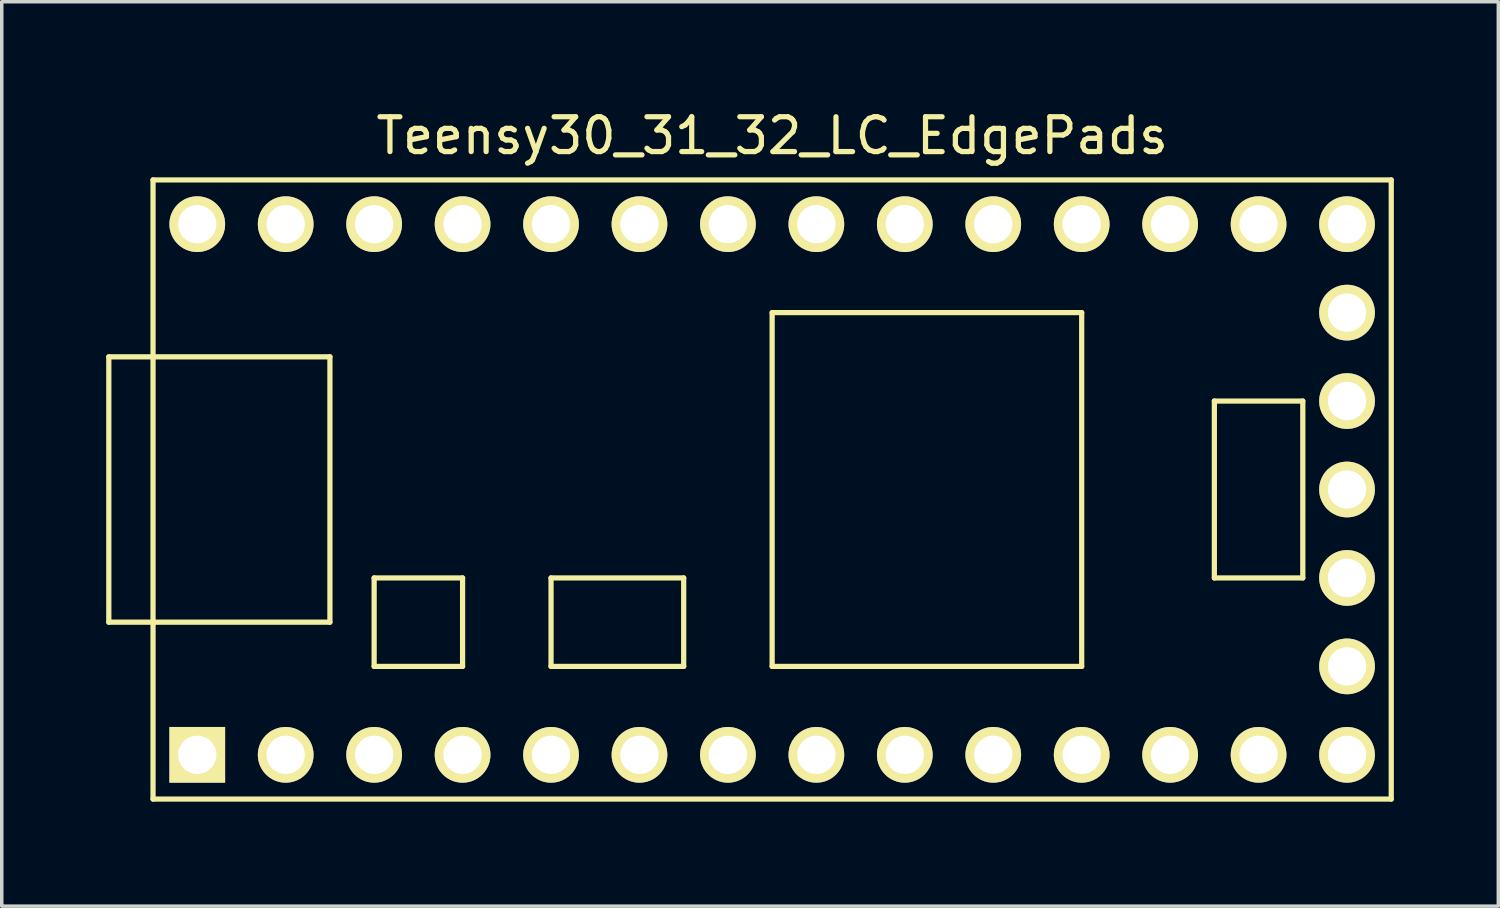
<source format=kicad_pcb>
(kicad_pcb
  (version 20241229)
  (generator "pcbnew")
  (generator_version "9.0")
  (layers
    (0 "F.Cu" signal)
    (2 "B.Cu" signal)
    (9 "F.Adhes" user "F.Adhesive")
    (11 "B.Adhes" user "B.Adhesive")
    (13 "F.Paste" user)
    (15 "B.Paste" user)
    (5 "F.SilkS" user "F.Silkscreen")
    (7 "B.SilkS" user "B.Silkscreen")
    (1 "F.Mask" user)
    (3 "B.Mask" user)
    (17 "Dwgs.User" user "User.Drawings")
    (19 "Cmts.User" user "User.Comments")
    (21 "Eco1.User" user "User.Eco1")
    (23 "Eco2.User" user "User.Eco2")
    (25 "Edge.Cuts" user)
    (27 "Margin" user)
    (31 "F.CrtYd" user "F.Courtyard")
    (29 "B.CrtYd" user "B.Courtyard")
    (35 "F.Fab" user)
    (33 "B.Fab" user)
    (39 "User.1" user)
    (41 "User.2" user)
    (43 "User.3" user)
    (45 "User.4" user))
  (footprint "Teensy30_31_32_LC_EdgePads"
    (layer "F.Cu")
    (at 19.125 11.008)
    (property "Reference" "Teensy30_31_32_LC_EdgePads" (at 0 -10.16 0) (layer "F.SilkS") (effects (font (size 1 1) (thickness 0.15))))
    (attr through_hole)
    (fp_line (start -19.05 -3.81) (end -17.78 -3.81) (stroke (width 0.15) (type solid)) (layer "F.SilkS"))
    (fp_line (start -19.05 3.81) (end -19.05 -3.81) (stroke (width 0.15) (type solid)) (layer "F.SilkS"))
    (fp_line (start -17.78 -8.89) (end 17.78 -8.89) (stroke (width 0.15) (type solid)) (layer "F.SilkS"))
    (fp_line (start -17.78 3.81) (end -19.05 3.81) (stroke (width 0.15) (type solid)) (layer "F.SilkS"))
    (fp_line (start -17.78 8.89) (end -17.78 -8.89) (stroke (width 0.15) (type solid)) (layer "F.SilkS"))
    (fp_line (start -12.7 -3.81) (end -17.78 -3.81) (stroke (width 0.15) (type solid)) (layer "F.SilkS"))
    (fp_line (start -12.7 3.81) (end -17.78 3.81) (stroke (width 0.15) (type solid)) (layer "F.SilkS"))
    (fp_line (start -12.7 3.81) (end -12.7 -3.81) (stroke (width 0.15) (type solid)) (layer "F.SilkS"))
    (fp_line (start -11.43 2.54) (end -11.43 5.08) (stroke (width 0.15) (type solid)) (layer "F.SilkS"))
    (fp_line (start -11.43 5.08) (end -8.89 5.08) (stroke (width 0.15) (type solid)) (layer "F.SilkS"))
    (fp_line (start -8.89 2.54) (end -11.43 2.54) (stroke (width 0.15) (type solid)) (layer "F.SilkS"))
    (fp_line (start -8.89 5.08) (end -8.89 2.54) (stroke (width 0.15) (type solid)) (layer "F.SilkS"))
    (fp_line (start -6.35 2.54) (end -6.35 5.08) (stroke (width 0.15) (type solid)) (layer "F.SilkS"))
    (fp_line (start -6.35 5.08) (end -2.54 5.08) (stroke (width 0.15) (type solid)) (layer "F.SilkS"))
    (fp_line (start -2.54 2.54) (end -6.35 2.54) (stroke (width 0.15) (type solid)) (layer "F.SilkS"))
    (fp_line (start -2.54 5.08) (end -2.54 2.54) (stroke (width 0.15) (type solid)) (layer "F.SilkS"))
    (fp_line (start 0 -5.08) (end 0 5.08) (stroke (width 0.15) (type solid)) (layer "F.SilkS"))
    (fp_line (start 8.89 -5.08) (end 0 -5.08) (stroke (width 0.15) (type solid)) (layer "F.SilkS"))
    (fp_line (start 8.89 5.08) (end 0 5.08) (stroke (width 0.15) (type solid)) (layer "F.SilkS"))
    (fp_line (start 8.89 5.08) (end 8.89 -5.08) (stroke (width 0.15) (type solid)) (layer "F.SilkS"))
    (fp_line (start 12.7 -2.54) (end 15.24 -2.54) (stroke (width 0.15) (type solid)) (layer "F.SilkS"))
    (fp_line (start 12.7 2.54) (end 12.7 -2.54) (stroke (width 0.15) (type solid)) (layer "F.SilkS"))
    (fp_line (start 15.24 -2.54) (end 15.24 2.54) (stroke (width 0.15) (type solid)) (layer "F.SilkS"))
    (fp_line (start 15.24 2.54) (end 12.7 2.54) (stroke (width 0.15) (type solid)) (layer "F.SilkS"))
    (fp_line (start 17.78 -8.89) (end 17.78 8.89) (stroke (width 0.15) (type solid)) (layer "F.SilkS"))
    (fp_line (start 17.78 8.89) (end -17.78 8.89) (stroke (width 0.15) (type solid)) (layer "F.SilkS"))
    (pad "1" thru_hole rect (at -16.51 7.62) (size 1.6 1.6) (drill 1.1) (layers "*.Cu" "*.Mask" "F.SilkS"))
    (pad "2" thru_hole circle (at -13.97 7.62) (size 1.6 1.6) (drill 1.1) (layers "*.Cu" "*.Mask" "F.SilkS"))
    (pad "3" thru_hole circle (at -11.43 7.62) (size 1.6 1.6) (drill 1.1) (layers "*.Cu" "*.Mask" "F.SilkS"))
    (pad "4" thru_hole circle (at -8.89 7.62) (size 1.6 1.6) (drill 1.1) (layers "*.Cu" "*.Mask" "F.SilkS"))
    (pad "5" thru_hole circle (at -6.35 7.62) (size 1.6 1.6) (drill 1.1) (layers "*.Cu" "*.Mask" "F.SilkS"))
    (pad "6" thru_hole circle (at -3.81 7.62) (size 1.6 1.6) (drill 1.1) (layers "*.Cu" "*.Mask" "F.SilkS"))
    (pad "7" thru_hole circle (at -1.27 7.62) (size 1.6 1.6) (drill 1.1) (layers "*.Cu" "*.Mask" "F.SilkS"))
    (pad "8" thru_hole circle (at 1.27 7.62) (size 1.6 1.6) (drill 1.1) (layers "*.Cu" "*.Mask" "F.SilkS"))
    (pad "9" thru_hole circle (at 3.81 7.62) (size 1.6 1.6) (drill 1.1) (layers "*.Cu" "*.Mask" "F.SilkS"))
    (pad "10" thru_hole circle (at 6.35 7.62) (size 1.6 1.6) (drill 1.1) (layers "*.Cu" "*.Mask" "F.SilkS"))
    (pad "11" thru_hole circle (at 8.89 7.62) (size 1.6 1.6) (drill 1.1) (layers "*.Cu" "*.Mask" "F.SilkS"))
    (pad "12" thru_hole circle (at 11.43 7.62) (size 1.6 1.6) (drill 1.1) (layers "*.Cu" "*.Mask" "F.SilkS"))
    (pad "13" thru_hole circle (at 13.97 7.62) (size 1.6 1.6) (drill 1.1) (layers "*.Cu" "*.Mask" "F.SilkS"))
    (pad "14" thru_hole circle (at 16.51 7.62) (size 1.6 1.6) (drill 1.1) (layers "*.Cu" "*.Mask" "F.SilkS"))
    (pad "15" thru_hole circle (at 16.51 5.08) (size 1.6 1.6) (drill 1.1) (layers "*.Cu" "*.Mask" "F.SilkS"))
    (pad "16" thru_hole circle (at 16.51 2.54) (size 1.6 1.6) (drill 1.1) (layers "*.Cu" "*.Mask" "F.SilkS"))
    (pad "17" thru_hole circle (at 16.51 0) (size 1.6 1.6) (drill 1.1) (layers "*.Cu" "*.Mask" "F.SilkS"))
    (pad "18" thru_hole circle (at 16.51 -2.54) (size 1.6 1.6) (drill 1.1) (layers "*.Cu" "*.Mask" "F.SilkS"))
    (pad "19" thru_hole circle (at 16.51 -5.08) (size 1.6 1.6) (drill 1.1) (layers "*.Cu" "*.Mask" "F.SilkS"))
    (pad "20" thru_hole circle (at 16.51 -7.62) (size 1.6 1.6) (drill 1.1) (layers "*.Cu" "*.Mask" "F.SilkS"))
    (pad "21" thru_hole circle (at 13.97 -7.62) (size 1.6 1.6) (drill 1.1) (layers "*.Cu" "*.Mask" "F.SilkS"))
    (pad "22" thru_hole circle (at 11.43 -7.62) (size 1.6 1.6) (drill 1.1) (layers "*.Cu" "*.Mask" "F.SilkS"))
    (pad "23" thru_hole circle (at 8.89 -7.62) (size 1.6 1.6) (drill 1.1) (layers "*.Cu" "*.Mask" "F.SilkS"))
    (pad "24" thru_hole circle (at 6.35 -7.62) (size 1.6 1.6) (drill 1.1) (layers "*.Cu" "*.Mask" "F.SilkS"))
    (pad "25" thru_hole circle (at 3.81 -7.62) (size 1.6 1.6) (drill 1.1) (layers "*.Cu" "*.Mask" "F.SilkS"))
    (pad "26" thru_hole circle (at 1.27 -7.62) (size 1.6 1.6) (drill 1.1) (layers "*.Cu" "*.Mask" "F.SilkS"))
    (pad "27" thru_hole circle (at -1.27 -7.62) (size 1.6 1.6) (drill 1.1) (layers "*.Cu" "*.Mask" "F.SilkS"))
    (pad "28" thru_hole circle (at -3.81 -7.62) (size 1.6 1.6) (drill 1.1) (layers "*.Cu" "*.Mask" "F.SilkS"))
    (pad "29" thru_hole circle (at -6.35 -7.62) (size 1.6 1.6) (drill 1.1) (layers "*.Cu" "*.Mask" "F.SilkS"))
    (pad "30" thru_hole circle (at -8.89 -7.62) (size 1.6 1.6) (drill 1.1) (layers "*.Cu" "*.Mask" "F.SilkS"))
    (pad "31" thru_hole circle (at -11.43 -7.62) (size 1.6 1.6) (drill 1.1) (layers "*.Cu" "*.Mask" "F.SilkS"))
    (pad "32" thru_hole circle (at -13.97 -7.62) (size 1.6 1.6) (drill 1.1) (layers "*.Cu" "*.Mask" "F.SilkS"))
    (pad "33" thru_hole circle (at -16.51 -7.62) (size 1.6 1.6) (drill 1.1) (layers "*.Cu" "*.Mask" "F.SilkS")))
  (gr_rect
    (start -3 -3)
    (end 39.98 22.973)
    (stroke (width 0.1) (type default))
    (fill no)
    (layer "Edge.Cuts")))
</source>
